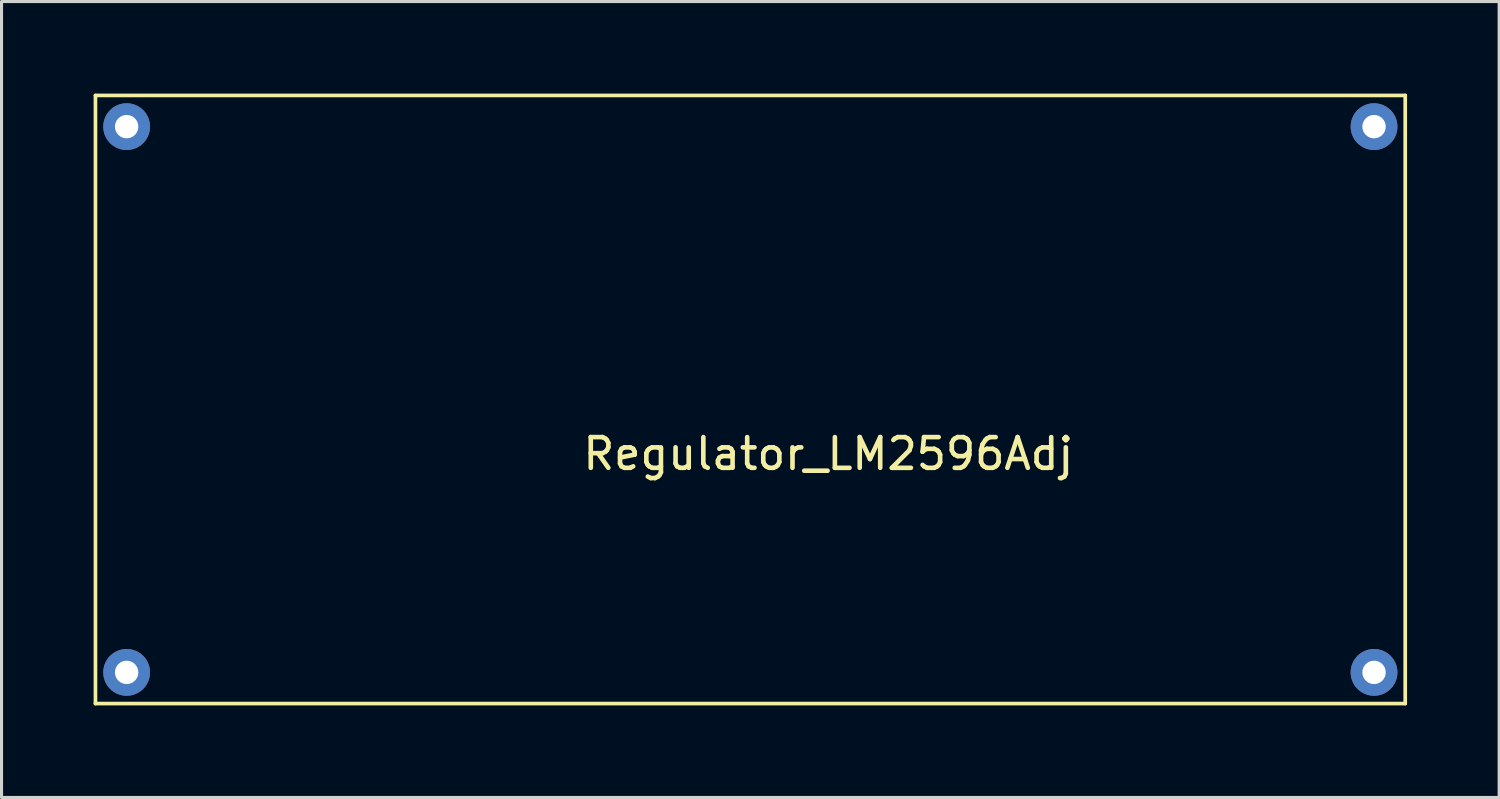
<source format=kicad_pcb>
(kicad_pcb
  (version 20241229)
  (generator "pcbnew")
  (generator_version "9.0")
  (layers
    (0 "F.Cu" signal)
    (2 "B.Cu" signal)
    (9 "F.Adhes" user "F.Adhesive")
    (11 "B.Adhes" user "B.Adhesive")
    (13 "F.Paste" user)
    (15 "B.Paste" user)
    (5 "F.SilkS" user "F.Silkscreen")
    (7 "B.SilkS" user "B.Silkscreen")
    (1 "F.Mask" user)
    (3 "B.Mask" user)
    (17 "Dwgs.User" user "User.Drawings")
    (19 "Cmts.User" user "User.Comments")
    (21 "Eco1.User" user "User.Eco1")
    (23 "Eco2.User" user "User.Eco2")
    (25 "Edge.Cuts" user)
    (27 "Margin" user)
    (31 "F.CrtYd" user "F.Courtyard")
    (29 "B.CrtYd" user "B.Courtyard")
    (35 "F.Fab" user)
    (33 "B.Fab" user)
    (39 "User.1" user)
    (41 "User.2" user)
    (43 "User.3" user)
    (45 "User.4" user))
  (footprint "Regulator_LM2596Adj"
    (layer "F.Cu")
    (at 23.936 11.236)
    (property "Reference" "Regulator_LM2596Adj" (at 0 0.5 0) (layer "F.SilkS") (effects (font (size 1 1) (thickness 0.15))))
    (attr through_hole)
    (fp_line (start -23.876 -11.176) (end -23.876 8.636) (stroke (width 0.12) (type solid)) (layer "F.SilkS"))
    (fp_line (start -23.876 8.636) (end 18.796 8.636) (stroke (width 0.12) (type solid)) (layer "F.SilkS"))
    (fp_line (start 18.796 -11.176) (end -23.876 -11.176) (stroke (width 0.12) (type solid)) (layer "F.SilkS"))
    (fp_line (start 18.796 8.636) (end 18.796 -11.176) (stroke (width 0.12) (type solid)) (layer "F.SilkS"))
    (pad "1" thru_hole circle (at -22.86 7.62) (size 1.524 1.524) (drill 0.762) (layers "*.Cu" "*.Mask"))
    (pad "2" thru_hole circle (at -22.86 -10.16) (size 1.524 1.524) (drill 0.762) (layers "*.Cu" "*.Mask"))
    (pad "4" thru_hole circle (at 17.78 -10.16) (size 1.524 1.524) (drill 0.762) (layers "*.Cu" "*.Mask"))
    (pad "6" thru_hole circle (at 17.78 7.62) (size 1.524 1.524) (drill 0.762) (layers "*.Cu" "*.Mask")))
  (gr_rect
    (start -3 -3)
    (end 45.792 22.932)
    (stroke (width 0.1) (type default))
    (fill no)
    (layer "Edge.Cuts")))
</source>
